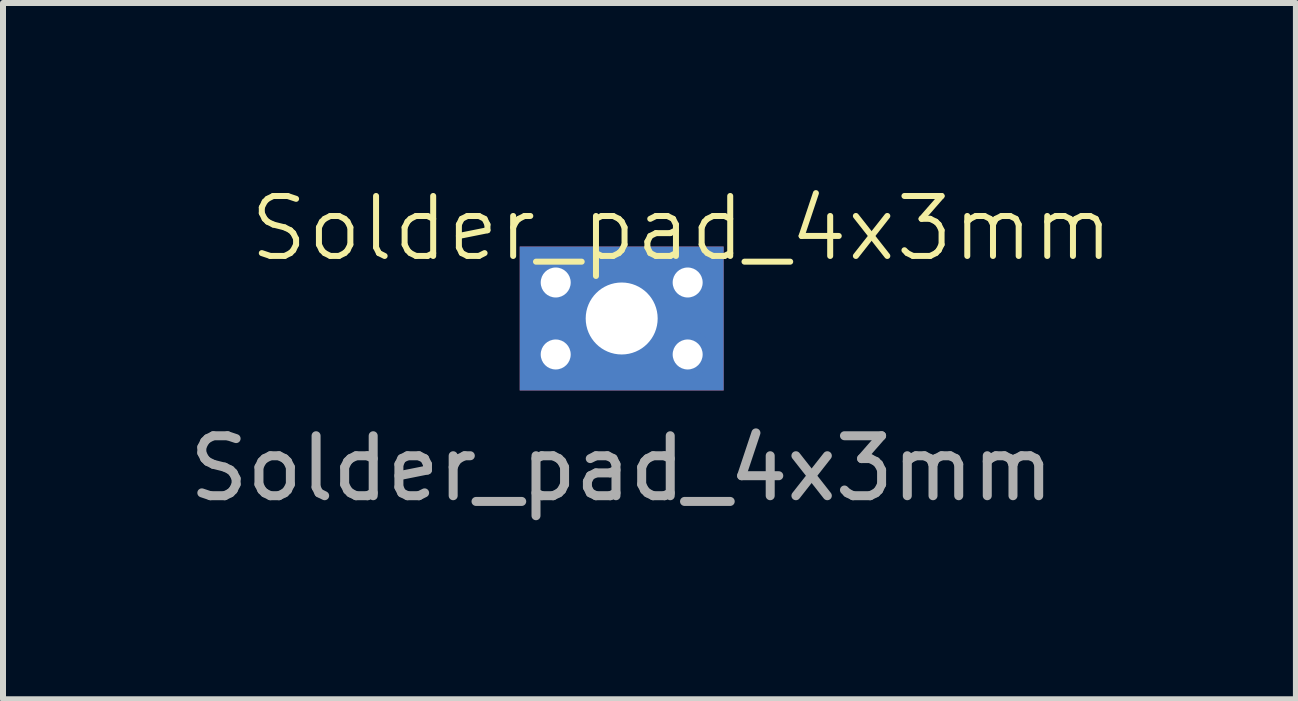
<source format=kicad_pcb>
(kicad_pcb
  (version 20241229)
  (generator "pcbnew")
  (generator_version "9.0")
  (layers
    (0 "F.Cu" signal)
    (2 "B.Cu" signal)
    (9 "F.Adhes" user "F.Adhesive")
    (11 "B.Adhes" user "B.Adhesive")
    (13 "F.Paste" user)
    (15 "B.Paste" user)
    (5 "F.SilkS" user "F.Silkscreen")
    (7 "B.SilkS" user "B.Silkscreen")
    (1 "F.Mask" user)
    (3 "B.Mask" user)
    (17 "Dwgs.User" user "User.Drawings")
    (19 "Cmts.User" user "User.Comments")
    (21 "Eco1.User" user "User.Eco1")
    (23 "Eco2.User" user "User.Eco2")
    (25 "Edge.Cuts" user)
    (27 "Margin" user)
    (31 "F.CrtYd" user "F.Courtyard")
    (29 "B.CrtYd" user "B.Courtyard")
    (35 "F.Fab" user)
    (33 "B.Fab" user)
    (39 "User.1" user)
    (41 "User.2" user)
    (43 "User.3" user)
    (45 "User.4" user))
  (footprint "Solder_pad_4x3mm"
    (layer "F.Cu")
    (at 7.315 2.26)
    (property "Reference" "Solder_pad_4x3mm" (at 1 -1.5 0) (unlocked yes) (layer "F.SilkS") (effects (font (size 1 1) (thickness 0.1))))
    (attr smd)
    (fp_text user "${REFERENCE}" (at 0 2.5 0) (unlocked yes) (layer "F.Fab") (effects (font (size 1 1) (thickness 0.15))))
    (pad "1" thru_hole circle (at -1.1 -0.6) (size 0.8 0.8) (drill 0.5) (layers "*.Cu" "*.Mask"))
    (pad "1" thru_hole circle (at -1.1 0.6) (size 0.8 0.8) (drill 0.5) (layers "*.Cu" "*.Mask"))
    (pad "1" thru_hole rect (at 0 0) (size 3.4 2.4) (drill 1.2) (layers "*.Cu" "*.Mask"))
    (pad "1" thru_hole circle (at 1.1 -0.6) (size 0.8 0.8) (drill 0.5) (layers "*.Cu" "*.Mask"))
    (pad "1" thru_hole circle (at 1.1 0.6) (size 0.8 0.8) (drill 0.5) (layers "*.Cu" "*.Mask")))
  (gr_rect
    (start -3 -3)
    (end 18.556 8.609)
    (stroke (width 0.1) (type default))
    (fill no)
    (layer "Edge.Cuts")))
</source>
